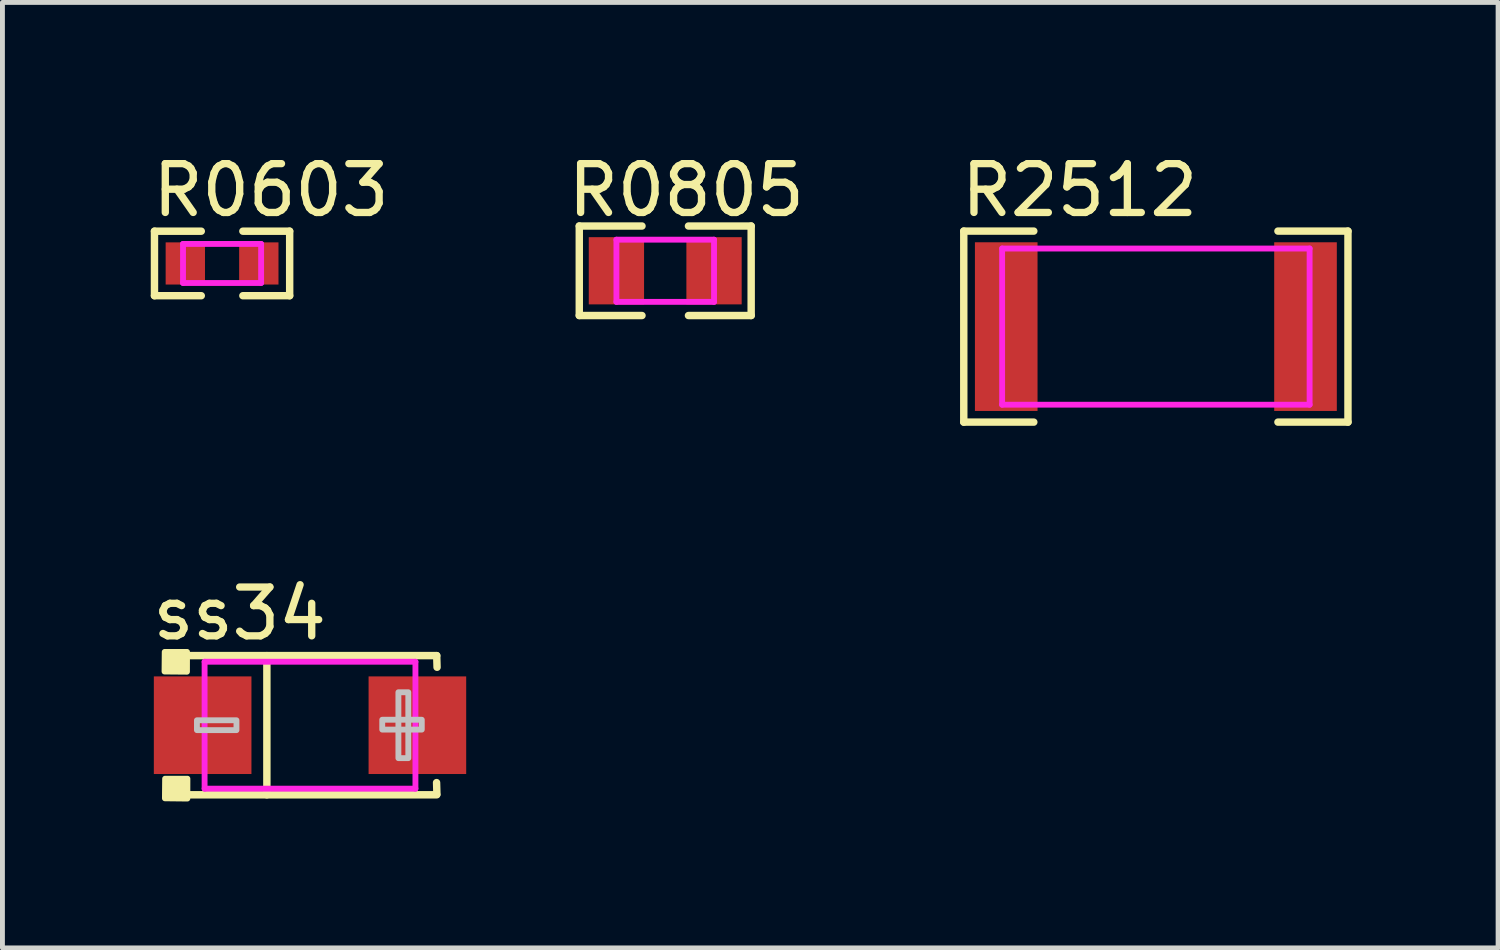
<source format=kicad_pcb>
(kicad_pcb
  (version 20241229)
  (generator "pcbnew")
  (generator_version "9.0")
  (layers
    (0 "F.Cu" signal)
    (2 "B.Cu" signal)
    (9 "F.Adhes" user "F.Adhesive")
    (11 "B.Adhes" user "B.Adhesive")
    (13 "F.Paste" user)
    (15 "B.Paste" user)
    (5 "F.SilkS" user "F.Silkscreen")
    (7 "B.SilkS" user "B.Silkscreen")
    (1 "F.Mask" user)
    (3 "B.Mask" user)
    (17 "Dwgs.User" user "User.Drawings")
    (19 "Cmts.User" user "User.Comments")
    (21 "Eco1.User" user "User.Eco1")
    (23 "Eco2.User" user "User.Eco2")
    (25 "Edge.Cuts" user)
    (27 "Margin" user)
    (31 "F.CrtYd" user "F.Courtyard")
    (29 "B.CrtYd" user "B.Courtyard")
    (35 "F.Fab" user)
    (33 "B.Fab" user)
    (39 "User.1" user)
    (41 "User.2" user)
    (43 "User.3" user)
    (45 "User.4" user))
  (footprint "ss34"
    (layer "F.Cu")
    (at 3.302 11.809)
    (property "Reference" "ss34" (at -3.302 -2.286 0) (layer "F.SilkS") (effects (font (size 1 1) (thickness 0.15)) (justify left)))
    (attr through_hole)
    (fp_line (start -2.596 -1.426) (end 2.596 -1.426) (stroke (width 0.152) (type solid)) (layer "F.SilkS"))
    (fp_line (start -2.596 1.426) (end 2.596 1.426) (stroke (width 0.152) (type solid)) (layer "F.SilkS"))
    (fp_line (start -0.884 -1.426) (end -0.884 1.426) (stroke (width 0.152) (type solid)) (layer "F.SilkS"))
    (fp_line (start 2.593 1.176) (end 2.6 1.415) (stroke (width 0.152) (type solid)) (layer "F.SilkS"))
    (fp_line (start 2.596 -1.426) (end 2.603 -1.187) (stroke (width 0.152) (type solid)) (layer "F.SilkS"))
    (fp_poly (pts (xy -2.52 -1.502) (xy -2.521 -1.096) (xy -2.981 -1.1) (xy -2.977 -1.502)) (stroke (width 0.12) (type solid)) (fill yes) (layer "F.SilkS"))
    (fp_poly (pts (xy -2.512 1.096) (xy -2.513 1.503) (xy -2.973 1.498) (xy -2.969 1.096)) (stroke (width 0.12) (type solid)) (fill yes) (layer "F.SilkS"))
    (fp_poly (pts (xy -2.317 0.101) (xy -2.317 -0.101) (xy -1.507 -0.101) (xy -1.507 0.101)) (stroke (width 0.12) (type solid)) (fill no) (layer "Dwgs.User"))
    (fp_poly (pts (xy 2.014 0.675) (xy 2.014 -0.675) (xy 1.811 -0.675) (xy 1.811 0.675)) (stroke (width 0.12) (type solid)) (fill no) (layer "Dwgs.User"))
    (fp_poly (pts (xy 2.29 0.09) (xy 2.29 -0.112) (xy 1.48 -0.112) (xy 1.48 0.09)) (stroke (width 0.12) (type solid)) (fill no) (layer "Dwgs.User"))
    (fp_circle (center -2.605 1.3) (end -2.575 1.3) (stroke (width 0.06) (type solid)) (fill no) (layer "Eco2.User"))
    (fp_poly (pts (xy -1.48 -0.725) (xy -1.48 0.725) (xy -2.605 0.725) (xy -2.605 -0.725)) (stroke (width 0.12) (type solid)) (fill no) (layer "Eco2.User"))
    (fp_poly (pts (xy 2.605 -0.725) (xy 2.605 0.725) (xy 1.48 0.725) (xy 1.48 -0.725)) (stroke (width 0.12) (type solid)) (fill no) (layer "Eco2.User"))
    (fp_line (start -2.16 -1.3) (end 2.16 -1.3) (stroke (width 0.12) (type solid)) (layer "F.CrtYd"))
    (fp_line (start -2.16 1.3) (end -2.16 -1.3) (stroke (width 0.12) (type solid)) (layer "F.CrtYd"))
    (fp_line (start 2.16 -1.3) (end 2.16 1.3) (stroke (width 0.12) (type solid)) (layer "F.CrtYd"))
    (fp_line (start 2.16 1.3) (end -2.16 1.3) (stroke (width 0.12) (type solid)) (layer "F.CrtYd"))
    (pad "1" smd rect (at -2.2 0 180) (size 2 2) (layers "F.Cu" "F.Mask" "F.Paste"))
    (pad "2" smd rect (at 2.2 0 180) (size 2 2) (layers "F.Cu" "F.Mask" "F.Paste")))
  (footprint "R0805"
    (layer "F.Cu")
    (at 8.31 1.228)
    (property "Reference" "R0805" (at 0.2 -0.38 0) (layer "F.SilkS") (effects (font (size 1 1) (thickness 0.15)) (justify left)))
    (attr through_hole)
    (fp_line (start 0.509 0.353) (end 1.794 0.353) (stroke (width 0.152) (type solid)) (layer "F.SilkS"))
    (fp_line (start 0.509 2.187) (end 0.509 0.353) (stroke (width 0.152) (type solid)) (layer "F.SilkS"))
    (fp_line (start 1.794 2.187) (end 0.509 2.187) (stroke (width 0.152) (type solid)) (layer "F.SilkS"))
    (fp_line (start 2.746 2.187) (end 4.031 2.187) (stroke (width 0.152) (type solid)) (layer "F.SilkS"))
    (fp_line (start 4.031 0.353) (end 2.746 0.353) (stroke (width 0.152) (type solid)) (layer "F.SilkS"))
    (fp_line (start 4.031 2.187) (end 4.031 0.353) (stroke (width 0.152) (type solid)) (layer "F.SilkS"))
    (fp_poly (pts (xy 0.57 1.91) (xy 0.57 0.63) (xy 0.62 0.58) (xy 1.77 0.58) (xy 1.82 0.63) (xy 1.825 1.04) (xy 1.375 1.04) (xy 1.375 1.49) (xy 1.815 1.49) (xy 1.82 1.91) (xy 1.77 1.96) (xy 0.62 1.96)) (stroke (width 0.12) (type solid)) (fill yes) (layer "F.Paste"))
    (fp_poly (pts (xy 2.72 1.91) (xy 2.72 1.49) (xy 3.165 1.49) (xy 3.165 1.04) (xy 2.725 1.04) (xy 2.72 0.63) (xy 2.77 0.58) (xy 3.92 0.58) (xy 3.97 0.63) (xy 3.97 1.91) (xy 3.92 1.96) (xy 2.77 1.96)) (stroke (width 0.12) (type solid)) (fill yes) (layer "F.Paste"))
    (fp_circle (center 1.27 1.908) (end 1.3 1.908) (stroke (width 0.06) (type solid)) (fill no) (layer "Eco2.User"))
    (fp_poly (pts (xy 1.27 1.907) (xy 1.27 0.633) (xy 1.67 0.633) (xy 1.67 1.907)) (stroke (width 0.12) (type solid)) (fill no) (layer "Eco2.User"))
    (fp_poly (pts (xy 3.27 1.907) (xy 3.27 0.633) (xy 2.87 0.633) (xy 2.87 1.907)) (stroke (width 0.12) (type solid)) (fill no) (layer "Eco2.User"))
    (fp_line (start 1.27 0.633) (end 3.27 0.633) (stroke (width 0.12) (type solid)) (layer "F.CrtYd"))
    (fp_line (start 1.27 1.907) (end 1.27 0.633) (stroke (width 0.12) (type solid)) (layer "F.CrtYd"))
    (fp_line (start 3.27 0.633) (end 3.27 1.907) (stroke (width 0.12) (type solid)) (layer "F.CrtYd"))
    (fp_line (start 3.27 1.907) (end 1.27 1.907) (stroke (width 0.12) (type solid)) (layer "F.CrtYd"))
    (pad "1" smd rect (at 1.27 1.27) (size 1.133 1.377) (layers "F.Cu" "F.Mask" "F.Paste"))
    (pad "2" smd rect (at 3.27 1.27) (size 1.133 1.377) (layers "F.Cu" "F.Mask" "F.Paste")))
  (footprint "R0603"
    (layer "F.Cu")
    (at 1.5 2.348)
    (property "Reference" "R0603" (at -1.5 -1.5 0) (layer "F.SilkS") (effects (font (size 1 1) (thickness 0.15)) (justify left)))
    (attr through_hole)
    (fp_line (start -1.385 -0.661) (end -0.426 -0.661) (stroke (width 0.152) (type solid)) (layer "F.SilkS"))
    (fp_line (start -1.385 0.661) (end -1.385 -0.661) (stroke (width 0.152) (type solid)) (layer "F.SilkS"))
    (fp_line (start -0.426 0.661) (end -1.385 0.661) (stroke (width 0.152) (type solid)) (layer "F.SilkS"))
    (fp_line (start 0.426 0.661) (end 1.385 0.661) (stroke (width 0.152) (type solid)) (layer "F.SilkS"))
    (fp_line (start 1.385 -0.661) (end 0.426 -0.661) (stroke (width 0.152) (type solid)) (layer "F.SilkS"))
    (fp_line (start 1.385 0.661) (end 1.385 -0.661) (stroke (width 0.152) (type solid)) (layer "F.SilkS"))
    (fp_poly (pts (xy -1.195 0.45) (xy -0.395 0.45) (xy -0.345 0.4) (xy -0.345 0.172) (xy -0.715 0.172) (xy -0.715 -0.158) (xy -0.345 -0.158) (xy -0.345 -0.4) (xy -0.395 -0.45) (xy -1.195 -0.45) (xy -1.245 -0.4) (xy -1.245 0.4)) (stroke (width 0.12) (type solid)) (fill yes) (layer "F.Paste"))
    (fp_poly (pts (xy 1.195 -0.45) (xy 0.395 -0.45) (xy 0.345 -0.4) (xy 0.345 -0.172) (xy 0.715 -0.172) (xy 0.715 0.158) (xy 0.345 0.158) (xy 0.345 0.4) (xy 0.395 0.45) (xy 1.195 0.45) (xy 1.245 0.4) (xy 1.245 -0.4)) (stroke (width 0.12) (type solid)) (fill yes) (layer "F.Paste"))
    (fp_circle (center -0.8 0.4) (end -0.77 0.4) (stroke (width 0.06) (type solid)) (fill no) (layer "Eco2.User"))
    (fp_poly (pts (xy -0.8 0.4) (xy -0.8 -0.4) (xy -0.5 -0.4) (xy -0.5 0.4)) (stroke (width 0.12) (type solid)) (fill no) (layer "Eco2.User"))
    (fp_poly (pts (xy 0.8 0.4) (xy 0.8 -0.4) (xy 0.5 -0.4) (xy 0.5 0.4)) (stroke (width 0.12) (type solid)) (fill no) (layer "Eco2.User"))
    (fp_line (start -0.8 -0.4) (end 0.8 -0.4) (stroke (width 0.12) (type solid)) (layer "F.CrtYd"))
    (fp_line (start -0.8 0.4) (end -0.8 -0.4) (stroke (width 0.12) (type solid)) (layer "F.CrtYd"))
    (fp_line (start 0.8 -0.4) (end 0.8 0.4) (stroke (width 0.12) (type solid)) (layer "F.CrtYd"))
    (fp_line (start 0.8 0.4) (end -0.8 0.4) (stroke (width 0.12) (type solid)) (layer "F.CrtYd"))
    (pad "1" smd rect (at -0.753 0) (size 0.806 0.864) (layers "F.Cu" "F.Mask" "F.Paste"))
    (pad "2" smd rect (at 0.753 0) (size 0.806 0.864) (layers "F.Cu" "F.Mask" "F.Paste")))
  (footprint "R2512"
    (layer "F.Cu")
    (at 20.633 3.642)
    (property "Reference" "R2512" (at -4.064 -2.794 0) (layer "F.SilkS") (effects (font (size 1 1) (thickness 0.15)) (justify left)))
    (attr through_hole)
    (fp_line (start -3.936 -1.957) (end -2.501 -1.957) (stroke (width 0.152) (type solid)) (layer "F.SilkS"))
    (fp_line (start -3.936 1.957) (end -3.936 -1.957) (stroke (width 0.152) (type solid)) (layer "F.SilkS"))
    (fp_line (start -2.501 1.957) (end -3.936 1.957) (stroke (width 0.152) (type solid)) (layer "F.SilkS"))
    (fp_line (start 2.501 1.957) (end 3.936 1.957) (stroke (width 0.152) (type solid)) (layer "F.SilkS"))
    (fp_line (start 3.936 -1.957) (end 2.501 -1.957) (stroke (width 0.152) (type solid)) (layer "F.SilkS"))
    (fp_line (start 3.936 1.957) (end 3.936 -1.957) (stroke (width 0.152) (type solid)) (layer "F.SilkS"))
    (fp_poly (pts (xy -2.425 1.628) (xy -2.425 0.688) (xy -2.525 0.588) (xy -2.761 0.588) (xy -2.861 0.488) (xy -2.861 -0.488) (xy -2.761 -0.588) (xy -2.525 -0.588) (xy -2.425 -0.688) (xy -2.425 -1.628) (xy -2.525 -1.728) (xy -3.608 -1.728) (xy -3.708 -1.628) (xy -3.708 1.628) (xy -3.608 1.728) (xy -2.525 1.728)) (stroke (width 0.12) (type solid)) (fill yes) (layer "F.Paste"))
    (fp_poly (pts (xy 2.425 1.628) (xy 2.425 0.688) (xy 2.525 0.588) (xy 2.761 0.588) (xy 2.861 0.488) (xy 2.861 -0.488) (xy 2.761 -0.588) (xy 2.525 -0.588) (xy 2.425 -0.688) (xy 2.425 -1.628) (xy 2.525 -1.728) (xy 3.608 -1.728) (xy 3.708 -1.628) (xy 3.708 1.628) (xy 3.608 1.728) (xy 2.525 1.728)) (stroke (width 0.12) (type solid)) (fill yes) (layer "F.Paste"))
    (fp_circle (center -3.175 1.6) (end -3.145 1.6) (stroke (width 0.06) (type solid)) (fill no) (layer "Eco2.User"))
    (fp_poly (pts (xy -3.15 1.6) (xy -3.15 -1.6) (xy -2.55 -1.6) (xy -2.55 1.6)) (stroke (width 0.12) (type solid)) (fill no) (layer "Eco2.User"))
    (fp_poly (pts (xy 2.55 1.6) (xy 2.55 -1.6) (xy 3.15 -1.6) (xy 3.15 1.6)) (stroke (width 0.12) (type solid)) (fill no) (layer "Eco2.User"))
    (fp_line (start -3.15 -1.6) (end 3.15 -1.6) (stroke (width 0.12) (type solid)) (layer "F.CrtYd"))
    (fp_line (start -3.15 1.6) (end -3.15 -1.6) (stroke (width 0.12) (type solid)) (layer "F.CrtYd"))
    (fp_line (start 3.15 -1.6) (end 3.15 1.6) (stroke (width 0.12) (type solid)) (layer "F.CrtYd"))
    (fp_line (start 3.15 1.6) (end -3.15 1.6) (stroke (width 0.12) (type solid)) (layer "F.CrtYd"))
    (pad "1" smd rect (at -3.066 0) (size 1.283 3.456) (layers "F.Cu" "F.Mask" "F.Paste"))
    (pad "2" smd rect (at 3.066 0) (size 1.283 3.456) (layers "F.Cu" "F.Mask" "F.Paste")))
  (gr_rect
    (start -3 -3)
    (end 27.645 16.372)
    (stroke (width 0.1) (type default))
    (fill no)
    (layer "Edge.Cuts")))
</source>
